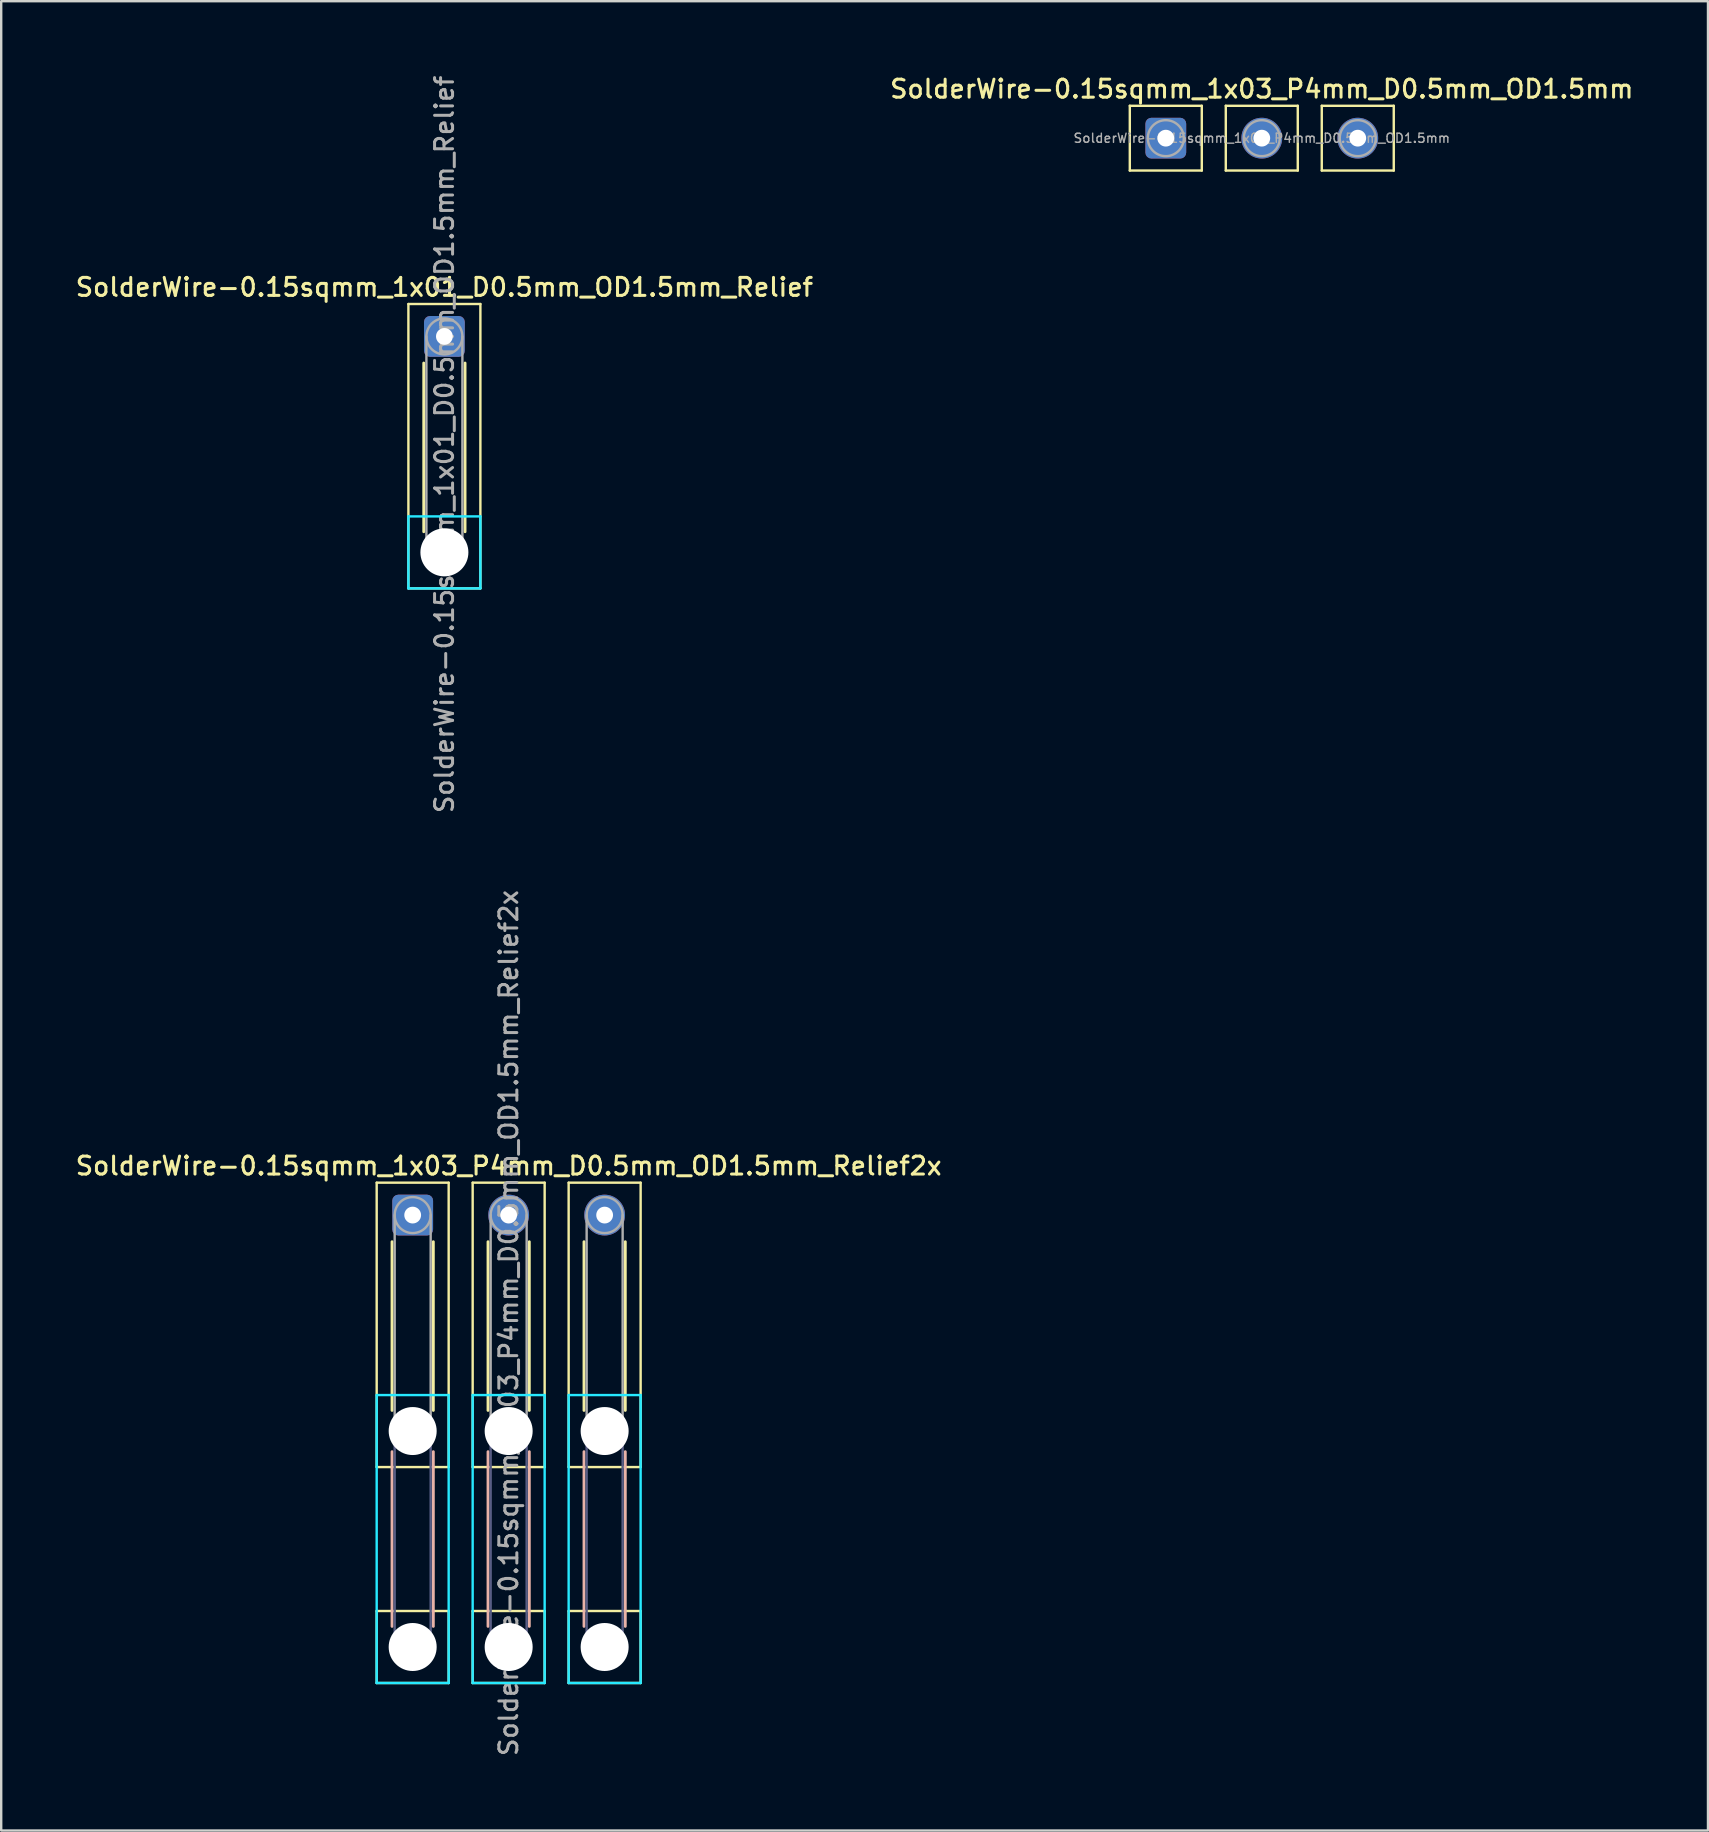
<source format=kicad_pcb>
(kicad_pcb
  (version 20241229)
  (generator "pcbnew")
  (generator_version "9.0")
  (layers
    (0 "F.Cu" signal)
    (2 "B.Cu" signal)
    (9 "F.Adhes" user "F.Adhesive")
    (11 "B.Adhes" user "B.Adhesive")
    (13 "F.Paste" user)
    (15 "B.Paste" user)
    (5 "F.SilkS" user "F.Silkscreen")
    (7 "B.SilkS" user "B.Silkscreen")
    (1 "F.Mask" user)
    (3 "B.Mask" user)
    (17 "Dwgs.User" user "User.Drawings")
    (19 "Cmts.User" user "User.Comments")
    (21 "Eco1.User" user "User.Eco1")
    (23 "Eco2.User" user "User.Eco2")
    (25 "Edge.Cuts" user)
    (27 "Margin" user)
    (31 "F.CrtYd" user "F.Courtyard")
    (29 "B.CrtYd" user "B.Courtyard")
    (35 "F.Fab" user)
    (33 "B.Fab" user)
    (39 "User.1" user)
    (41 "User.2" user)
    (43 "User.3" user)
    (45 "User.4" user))
  (footprint "SolderWire-0.15sqmm_1x03_P4mm_D0.5mm_OD1.5mm"
    (layer "F.Cu")
    (at 45.534 2.708)
    (property "Reference" "SolderWire-0.15sqmm_1x03_P4mm_D0.5mm_OD1.5mm" (at 4 -2.05 0) (layer "F.SilkS") (effects (font (size 0.75 0.75) (thickness 0.125))))
    (attr exclude_from_pos_files exclude_from_bom)
    (fp_line (start -1.5 -1.35) (end -1.5 1.35) (stroke (width 0.1) (type solid)) (layer "F.SilkS"))
    (fp_line (start -1.5 1.35) (end 1.5 1.35) (stroke (width 0.1) (type solid)) (layer "F.SilkS"))
    (fp_line (start 1.5 -1.35) (end -1.5 -1.35) (stroke (width 0.1) (type solid)) (layer "F.SilkS"))
    (fp_line (start 1.5 1.35) (end 1.5 -1.35) (stroke (width 0.1) (type solid)) (layer "F.SilkS"))
    (fp_line (start 2.5 -1.35) (end 2.5 1.35) (stroke (width 0.1) (type solid)) (layer "F.SilkS"))
    (fp_line (start 2.5 1.35) (end 5.5 1.35) (stroke (width 0.1) (type solid)) (layer "F.SilkS"))
    (fp_line (start 5.5 -1.35) (end 2.5 -1.35) (stroke (width 0.1) (type solid)) (layer "F.SilkS"))
    (fp_line (start 5.5 1.35) (end 5.5 -1.35) (stroke (width 0.1) (type solid)) (layer "F.SilkS"))
    (fp_line (start 6.5 -1.35) (end 6.5 1.35) (stroke (width 0.1) (type solid)) (layer "F.SilkS"))
    (fp_line (start 6.5 1.35) (end 9.5 1.35) (stroke (width 0.1) (type solid)) (layer "F.SilkS"))
    (fp_line (start 9.5 -1.35) (end 6.5 -1.35) (stroke (width 0.1) (type solid)) (layer "F.SilkS"))
    (fp_line (start 9.5 1.35) (end 9.5 -1.35) (stroke (width 0.1) (type solid)) (layer "F.SilkS"))
    (fp_circle (center 0 0) (end 0.75 0) (stroke (width 0.1) (type solid)) (fill no) (layer "F.Fab"))
    (fp_circle (center 4 0) (end 4.75 0) (stroke (width 0.1) (type solid)) (fill no) (layer "F.Fab"))
    (fp_circle (center 8 0) (end 8.75 0) (stroke (width 0.1) (type solid)) (fill no) (layer "F.Fab"))
    (fp_text user "${REFERENCE}" (at 4 0 0) (layer "F.Fab") (effects (font (size 0.38 0.38) (thickness 0.06))))
    (pad "1" thru_hole roundrect (at 0 0) (size 1.7 1.7) (drill 0.7) (layers "*.Cu" "*.Mask") (roundrect_rratio 0.147))
    (pad "2" thru_hole circle (at 4 0) (size 1.7 1.7) (drill 0.7) (layers "*.Cu" "*.Mask"))
    (pad "3" thru_hole circle (at 8 0) (size 1.7 1.7) (drill 0.7) (layers "*.Cu" "*.Mask")))
  (footprint "SolderWire-0.15sqmm_1x01_D0.5mm_OD1.5mm_Relief"
    (layer "F.Cu")
    (at 15.47 10.97)
    (property "Reference" "SolderWire-0.15sqmm_1x01_D0.5mm_OD1.5mm_Relief" (at 0 -2.05 0) (layer "F.SilkS") (effects (font (size 0.75 0.75) (thickness 0.125))))
    (attr exclude_from_pos_files exclude_from_bom)
    (fp_line (start -1.5 -1.35) (end -1.5 10.5) (stroke (width 0.1) (type solid)) (layer "F.SilkS"))
    (fp_line (start -1.5 10.5) (end 1.5 10.5) (stroke (width 0.1) (type solid)) (layer "F.SilkS"))
    (fp_line (start -0.86 1.11) (end -0.86 8.14) (stroke (width 0.12) (type solid)) (layer "F.SilkS"))
    (fp_line (start 0.86 1.11) (end 0.86 8.14) (stroke (width 0.12) (type solid)) (layer "F.SilkS"))
    (fp_line (start 1.5 -1.35) (end -1.5 -1.35) (stroke (width 0.1) (type solid)) (layer "F.SilkS"))
    (fp_line (start 1.5 10.5) (end 1.5 -1.35) (stroke (width 0.1) (type solid)) (layer "F.SilkS"))
    (fp_line (start -1.5 7.5) (end -1.5 10.5) (stroke (width 0.1) (type solid)) (layer "B.CrtYd"))
    (fp_line (start -1.5 10.5) (end 1.5 10.5) (stroke (width 0.1) (type solid)) (layer "B.CrtYd"))
    (fp_line (start 1.5 7.5) (end -1.5 7.5) (stroke (width 0.1) (type solid)) (layer "B.CrtYd"))
    (fp_line (start 1.5 10.5) (end 1.5 7.5) (stroke (width 0.1) (type solid)) (layer "B.CrtYd"))
    (fp_line (start -0.75 0) (end -0.75 9) (stroke (width 0.1) (type solid)) (layer "F.Fab"))
    (fp_line (start 0.75 0) (end 0.75 9) (stroke (width 0.1) (type solid)) (layer "F.Fab"))
    (fp_circle (center 0 0) (end 0.75 0) (stroke (width 0.1) (type solid)) (fill no) (layer "F.Fab"))
    (fp_circle (center 0 9) (end 0.75 9) (stroke (width 0.1) (type solid)) (fill no) (layer "F.Fab"))
    (fp_text user "${REFERENCE}" (at 0 4.5 90) (layer "F.Fab") (effects (font (size 0.75 0.75) (thickness 0.125))))
    (pad "" np_thru_hole circle (at 0 9) (size 2 2) (drill 2) (layers "*.Cu" "*.Mask"))
    (pad "1" thru_hole roundrect (at 0 0) (size 1.7 1.7) (drill 0.7) (layers "*.Cu" "*.Mask") (roundrect_rratio 0.147)))
  (footprint "SolderWire-0.15sqmm_1x03_P4mm_D0.5mm_OD1.5mm_Relief2x"
    (layer "F.Cu")
    (at 14.148 47.588)
    (property "Reference" "SolderWire-0.15sqmm_1x03_P4mm_D0.5mm_OD1.5mm_Relief2x" (at 4 -2.05 0) (layer "F.SilkS") (effects (font (size 0.75 0.75) (thickness 0.125))))
    (attr exclude_from_pos_files exclude_from_bom)
    (fp_line (start -1.5 -1.35) (end -1.5 10.5) (stroke (width 0.1) (type solid)) (layer "F.SilkS"))
    (fp_line (start -1.5 10.5) (end 1.5 10.5) (stroke (width 0.1) (type solid)) (layer "F.SilkS"))
    (fp_line (start -1.5 16.5) (end -1.5 19.5) (stroke (width 0.1) (type solid)) (layer "F.SilkS"))
    (fp_line (start -1.5 19.5) (end 1.5 19.5) (stroke (width 0.1) (type solid)) (layer "F.SilkS"))
    (fp_line (start -0.86 1.11) (end -0.86 8.14) (stroke (width 0.12) (type solid)) (layer "F.SilkS"))
    (fp_line (start 0.86 1.11) (end 0.86 8.14) (stroke (width 0.12) (type solid)) (layer "F.SilkS"))
    (fp_line (start 1.5 -1.35) (end -1.5 -1.35) (stroke (width 0.1) (type solid)) (layer "F.SilkS"))
    (fp_line (start 1.5 10.5) (end 1.5 -1.35) (stroke (width 0.1) (type solid)) (layer "F.SilkS"))
    (fp_line (start 1.5 16.5) (end -1.5 16.5) (stroke (width 0.1) (type solid)) (layer "F.SilkS"))
    (fp_line (start 1.5 19.5) (end 1.5 16.5) (stroke (width 0.1) (type solid)) (layer "F.SilkS"))
    (fp_line (start 2.5 -1.35) (end 2.5 10.5) (stroke (width 0.1) (type solid)) (layer "F.SilkS"))
    (fp_line (start 2.5 10.5) (end 5.5 10.5) (stroke (width 0.1) (type solid)) (layer "F.SilkS"))
    (fp_line (start 2.5 16.5) (end 2.5 19.5) (stroke (width 0.1) (type solid)) (layer "F.SilkS"))
    (fp_line (start 2.5 19.5) (end 5.5 19.5) (stroke (width 0.1) (type solid)) (layer "F.SilkS"))
    (fp_line (start 3.14 1.11) (end 3.14 8.14) (stroke (width 0.12) (type solid)) (layer "F.SilkS"))
    (fp_line (start 4.86 1.11) (end 4.86 8.14) (stroke (width 0.12) (type solid)) (layer "F.SilkS"))
    (fp_line (start 5.5 -1.35) (end 2.5 -1.35) (stroke (width 0.1) (type solid)) (layer "F.SilkS"))
    (fp_line (start 5.5 10.5) (end 5.5 -1.35) (stroke (width 0.1) (type solid)) (layer "F.SilkS"))
    (fp_line (start 5.5 16.5) (end 2.5 16.5) (stroke (width 0.1) (type solid)) (layer "F.SilkS"))
    (fp_line (start 5.5 19.5) (end 5.5 16.5) (stroke (width 0.1) (type solid)) (layer "F.SilkS"))
    (fp_line (start 6.5 -1.35) (end 6.5 10.5) (stroke (width 0.1) (type solid)) (layer "F.SilkS"))
    (fp_line (start 6.5 10.5) (end 9.5 10.5) (stroke (width 0.1) (type solid)) (layer "F.SilkS"))
    (fp_line (start 6.5 16.5) (end 6.5 19.5) (stroke (width 0.1) (type solid)) (layer "F.SilkS"))
    (fp_line (start 6.5 19.5) (end 9.5 19.5) (stroke (width 0.1) (type solid)) (layer "F.SilkS"))
    (fp_line (start 7.14 1.11) (end 7.14 8.14) (stroke (width 0.12) (type solid)) (layer "F.SilkS"))
    (fp_line (start 8.86 1.11) (end 8.86 8.14) (stroke (width 0.12) (type solid)) (layer "F.SilkS"))
    (fp_line (start 9.5 -1.35) (end 6.5 -1.35) (stroke (width 0.1) (type solid)) (layer "F.SilkS"))
    (fp_line (start 9.5 10.5) (end 9.5 -1.35) (stroke (width 0.1) (type solid)) (layer "F.SilkS"))
    (fp_line (start 9.5 16.5) (end 6.5 16.5) (stroke (width 0.1) (type solid)) (layer "F.SilkS"))
    (fp_line (start 9.5 19.5) (end 9.5 16.5) (stroke (width 0.1) (type solid)) (layer "F.SilkS"))
    (fp_line (start -0.86 9.86) (end -0.86 17.14) (stroke (width 0.12) (type solid)) (layer "B.SilkS"))
    (fp_line (start 0.86 9.86) (end 0.86 17.14) (stroke (width 0.12) (type solid)) (layer "B.SilkS"))
    (fp_line (start 3.14 9.86) (end 3.14 17.14) (stroke (width 0.12) (type solid)) (layer "B.SilkS"))
    (fp_line (start 4.86 9.86) (end 4.86 17.14) (stroke (width 0.12) (type solid)) (layer "B.SilkS"))
    (fp_line (start 7.14 9.86) (end 7.14 17.14) (stroke (width 0.12) (type solid)) (layer "B.SilkS"))
    (fp_line (start 8.86 9.86) (end 8.86 17.14) (stroke (width 0.12) (type solid)) (layer "B.SilkS"))
    (fp_line (start -1.5 7.5) (end -1.5 19.5) (stroke (width 0.1) (type solid)) (layer "B.CrtYd"))
    (fp_line (start -1.5 19.5) (end 1.5 19.5) (stroke (width 0.1) (type solid)) (layer "B.CrtYd"))
    (fp_line (start 1.5 7.5) (end -1.5 7.5) (stroke (width 0.1) (type solid)) (layer "B.CrtYd"))
    (fp_line (start 1.5 19.5) (end 1.5 7.5) (stroke (width 0.1) (type solid)) (layer "B.CrtYd"))
    (fp_line (start 2.5 7.5) (end 2.5 19.5) (stroke (width 0.1) (type solid)) (layer "B.CrtYd"))
    (fp_line (start 2.5 19.5) (end 5.5 19.5) (stroke (width 0.1) (type solid)) (layer "B.CrtYd"))
    (fp_line (start 5.5 7.5) (end 2.5 7.5) (stroke (width 0.1) (type solid)) (layer "B.CrtYd"))
    (fp_line (start 5.5 19.5) (end 5.5 7.5) (stroke (width 0.1) (type solid)) (layer "B.CrtYd"))
    (fp_line (start 6.5 7.5) (end 6.5 19.5) (stroke (width 0.1) (type solid)) (layer "B.CrtYd"))
    (fp_line (start 6.5 19.5) (end 9.5 19.5) (stroke (width 0.1) (type solid)) (layer "B.CrtYd"))
    (fp_line (start 9.5 7.5) (end 6.5 7.5) (stroke (width 0.1) (type solid)) (layer "B.CrtYd"))
    (fp_line (start 9.5 19.5) (end 9.5 7.5) (stroke (width 0.1) (type solid)) (layer "B.CrtYd"))
    (fp_line (start -0.75 9) (end -0.75 18) (stroke (width 0.1) (type solid)) (layer "B.Fab"))
    (fp_line (start 0.75 9) (end 0.75 18) (stroke (width 0.1) (type solid)) (layer "B.Fab"))
    (fp_line (start 3.25 9) (end 3.25 18) (stroke (width 0.1) (type solid)) (layer "B.Fab"))
    (fp_line (start 4.75 9) (end 4.75 18) (stroke (width 0.1) (type solid)) (layer "B.Fab"))
    (fp_line (start 7.25 9) (end 7.25 18) (stroke (width 0.1) (type solid)) (layer "B.Fab"))
    (fp_line (start 8.75 9) (end 8.75 18) (stroke (width 0.1) (type solid)) (layer "B.Fab"))
    (fp_circle (center 0 9) (end 0.75 9) (stroke (width 0.1) (type solid)) (fill no) (layer "B.Fab"))
    (fp_circle (center 0 18) (end 0.75 18) (stroke (width 0.1) (type solid)) (fill no) (layer "B.Fab"))
    (fp_circle (center 4 9) (end 4.75 9) (stroke (width 0.1) (type solid)) (fill no) (layer "B.Fab"))
    (fp_circle (center 4 18) (end 4.75 18) (stroke (width 0.1) (type solid)) (fill no) (layer "B.Fab"))
    (fp_circle (center 8 9) (end 8.75 9) (stroke (width 0.1) (type solid)) (fill no) (layer "B.Fab"))
    (fp_circle (center 8 18) (end 8.75 18) (stroke (width 0.1) (type solid)) (fill no) (layer "B.Fab"))
    (fp_line (start -0.75 0) (end -0.75 9) (stroke (width 0.1) (type solid)) (layer "F.Fab"))
    (fp_line (start 0.75 0) (end 0.75 9) (stroke (width 0.1) (type solid)) (layer "F.Fab"))
    (fp_line (start 3.25 0) (end 3.25 9) (stroke (width 0.1) (type solid)) (layer "F.Fab"))
    (fp_line (start 4.75 0) (end 4.75 9) (stroke (width 0.1) (type solid)) (layer "F.Fab"))
    (fp_line (start 7.25 0) (end 7.25 9) (stroke (width 0.1) (type solid)) (layer "F.Fab"))
    (fp_line (start 8.75 0) (end 8.75 9) (stroke (width 0.1) (type solid)) (layer "F.Fab"))
    (fp_circle (center 0 0) (end 0.75 0) (stroke (width 0.1) (type solid)) (fill no) (layer "F.Fab"))
    (fp_circle (center 0 9) (end 0.75 9) (stroke (width 0.1) (type solid)) (fill no) (layer "F.Fab"))
    (fp_circle (center 0 18) (end 0.75 18) (stroke (width 0.1) (type solid)) (fill no) (layer "F.Fab"))
    (fp_circle (center 4 0) (end 4.75 0) (stroke (width 0.1) (type solid)) (fill no) (layer "F.Fab"))
    (fp_circle (center 4 9) (end 4.75 9) (stroke (width 0.1) (type solid)) (fill no) (layer "F.Fab"))
    (fp_circle (center 4 18) (end 4.75 18) (stroke (width 0.1) (type solid)) (fill no) (layer "F.Fab"))
    (fp_circle (center 8 0) (end 8.75 0) (stroke (width 0.1) (type solid)) (fill no) (layer "F.Fab"))
    (fp_circle (center 8 9) (end 8.75 9) (stroke (width 0.1) (type solid)) (fill no) (layer "F.Fab"))
    (fp_circle (center 8 18) (end 8.75 18) (stroke (width 0.1) (type solid)) (fill no) (layer "F.Fab"))
    (fp_text user "${REFERENCE}" (at 4 4.5 90) (layer "F.Fab") (effects (font (size 0.75 0.75) (thickness 0.125))))
    (pad "" np_thru_hole circle (at 0 9) (size 2 2) (drill 2) (layers "*.Cu" "*.Mask"))
    (pad "" np_thru_hole circle (at 0 18) (size 2 2) (drill 2) (layers "*.Cu" "*.Mask"))
    (pad "" np_thru_hole circle (at 4 9) (size 2 2) (drill 2) (layers "*.Cu" "*.Mask"))
    (pad "" np_thru_hole circle (at 4 18) (size 2 2) (drill 2) (layers "*.Cu" "*.Mask"))
    (pad "" np_thru_hole circle (at 8 9) (size 2 2) (drill 2) (layers "*.Cu" "*.Mask"))
    (pad "" np_thru_hole circle (at 8 18) (size 2 2) (drill 2) (layers "*.Cu" "*.Mask"))
    (pad "1" thru_hole roundrect (at 0 0) (size 1.7 1.7) (drill 0.7) (layers "*.Cu" "*.Mask") (roundrect_rratio 0.147))
    (pad "2" thru_hole circle (at 4 0) (size 1.7 1.7) (drill 0.7) (layers "*.Cu" "*.Mask"))
    (pad "3" thru_hole circle (at 8 0) (size 1.7 1.7) (drill 0.7) (layers "*.Cu" "*.Mask")))
  (gr_rect
    (start -3 -3)
    (end 68.129 73.236)
    (stroke (width 0.1) (type default))
    (fill no)
    (layer "Edge.Cuts")))
</source>
